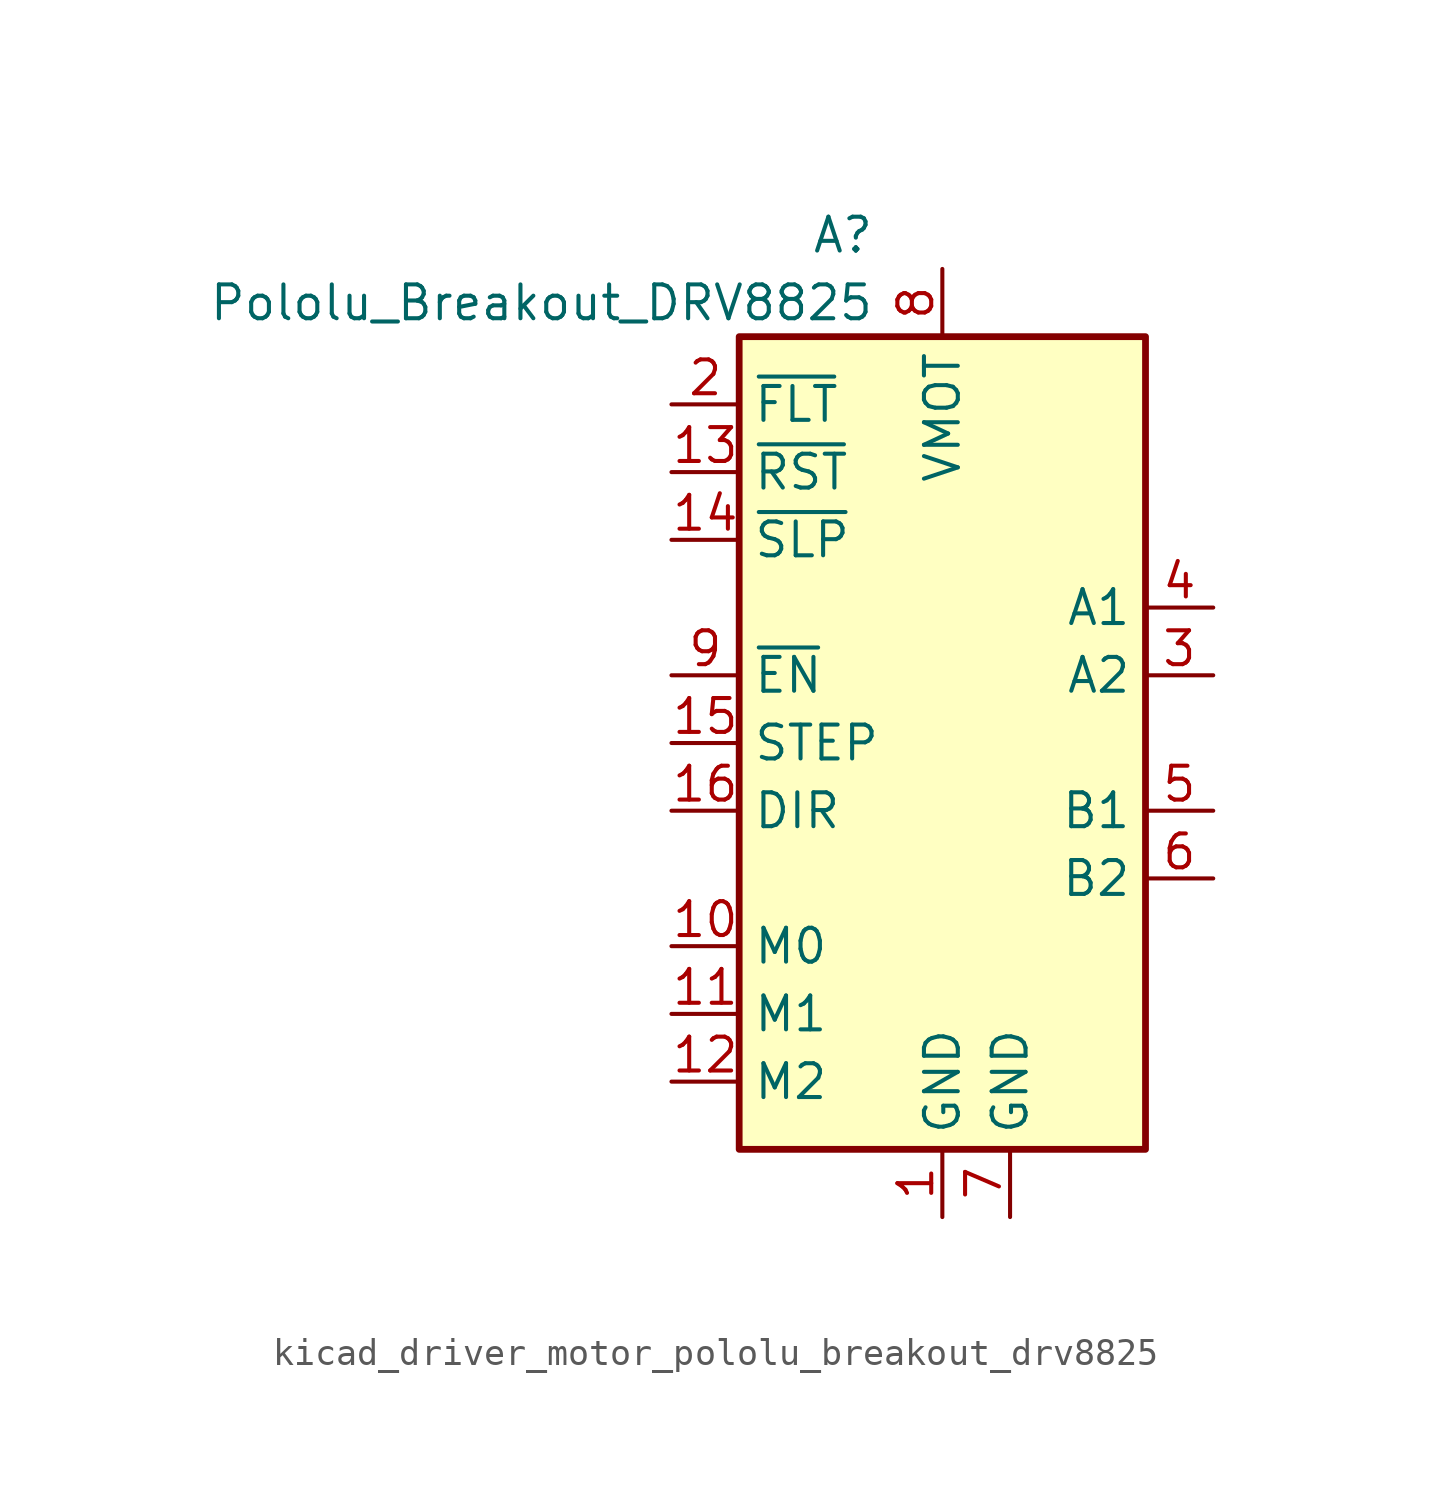
<source format=kicad_sym>
(kicad_symbol_lib
  (version 20220914)
  (generator kicad_symbol_editor)
  (symbol "kicad_driver_motor_pololu_breakout_drv8825"
    (property "Reference" "A"
      (at -2.54 16.51 0)
      (effects (font (size 1.27 1.27)) (justify right)))
    (property "Value" "Pololu_Breakout_DRV8825"
      (at -2.54 13.97 0)
      (effects (font (size 1.27 1.27)) (justify right)))
    (symbol "kicad_driver_motor_pololu_breakout_drv8825_0_1"
      (rectangle (start 7.62 -17.78) (end -7.62 12.7) (stroke (width 0.254) (type default)) (fill (type background))))
    (symbol "kicad_driver_motor_pololu_breakout_drv8825_1_1"
      (pin power_in line (at 0 -20.32 90) (length 2.54) (name "GND" (effects (font (size 1.27 1.27)))) (number "1" (effects (font (size 1.27 1.27)))))
      (pin input line (at -10.16 -10.16 0) (length 2.54) (name "M0" (effects (font (size 1.27 1.27)))) (number "10" (effects (font (size 1.27 1.27)))))
      (pin input line (at -10.16 -12.7 0) (length 2.54) (name "M1" (effects (font (size 1.27 1.27)))) (number "11" (effects (font (size 1.27 1.27)))))
      (pin input line (at -10.16 -15.24 0) (length 2.54) (name "M2" (effects (font (size 1.27 1.27)))) (number "12" (effects (font (size 1.27 1.27)))))
      (pin input line (at -10.16 7.62 0) (length 2.54) (name "~{RST}" (effects (font (size 1.27 1.27)))) (number "13" (effects (font (size 1.27 1.27)))))
      (pin input line (at -10.16 5.08 0) (length 2.54) (name "~{SLP}" (effects (font (size 1.27 1.27)))) (number "14" (effects (font (size 1.27 1.27)))))
      (pin input line (at -10.16 -2.54 0) (length 2.54) (name "STEP" (effects (font (size 1.27 1.27)))) (number "15" (effects (font (size 1.27 1.27)))))
      (pin input line (at -10.16 -5.08 0) (length 2.54) (name "DIR" (effects (font (size 1.27 1.27)))) (number "16" (effects (font (size 1.27 1.27)))))
      (pin output line (at -10.16 10.16 0) (length 2.54) (name "~{FLT}" (effects (font (size 1.27 1.27)))) (number "2" (effects (font (size 1.27 1.27)))))
      (pin output line (at 10.16 0 180) (length 2.54) (name "A2" (effects (font (size 1.27 1.27)))) (number "3" (effects (font (size 1.27 1.27)))))
      (pin output line (at 10.16 2.54 180) (length 2.54) (name "A1" (effects (font (size 1.27 1.27)))) (number "4" (effects (font (size 1.27 1.27)))))
      (pin output line (at 10.16 -5.08 180) (length 2.54) (name "B1" (effects (font (size 1.27 1.27)))) (number "5" (effects (font (size 1.27 1.27)))))
      (pin output line (at 10.16 -7.62 180) (length 2.54) (name "B2" (effects (font (size 1.27 1.27)))) (number "6" (effects (font (size 1.27 1.27)))))
      (pin power_in line (at 2.54 -20.32 90) (length 2.54) (name "GND" (effects (font (size 1.27 1.27)))) (number "7" (effects (font (size 1.27 1.27)))))
      (pin power_in line (at 0 15.24 270) (length 2.54) (name "VMOT" (effects (font (size 1.27 1.27)))) (number "8" (effects (font (size 1.27 1.27)))))
      (pin input line (at -10.16 0 0) (length 2.54) (name "~{EN}" (effects (font (size 1.27 1.27)))) (number "9" (effects (font (size 1.27 1.27))))))))
</source>
